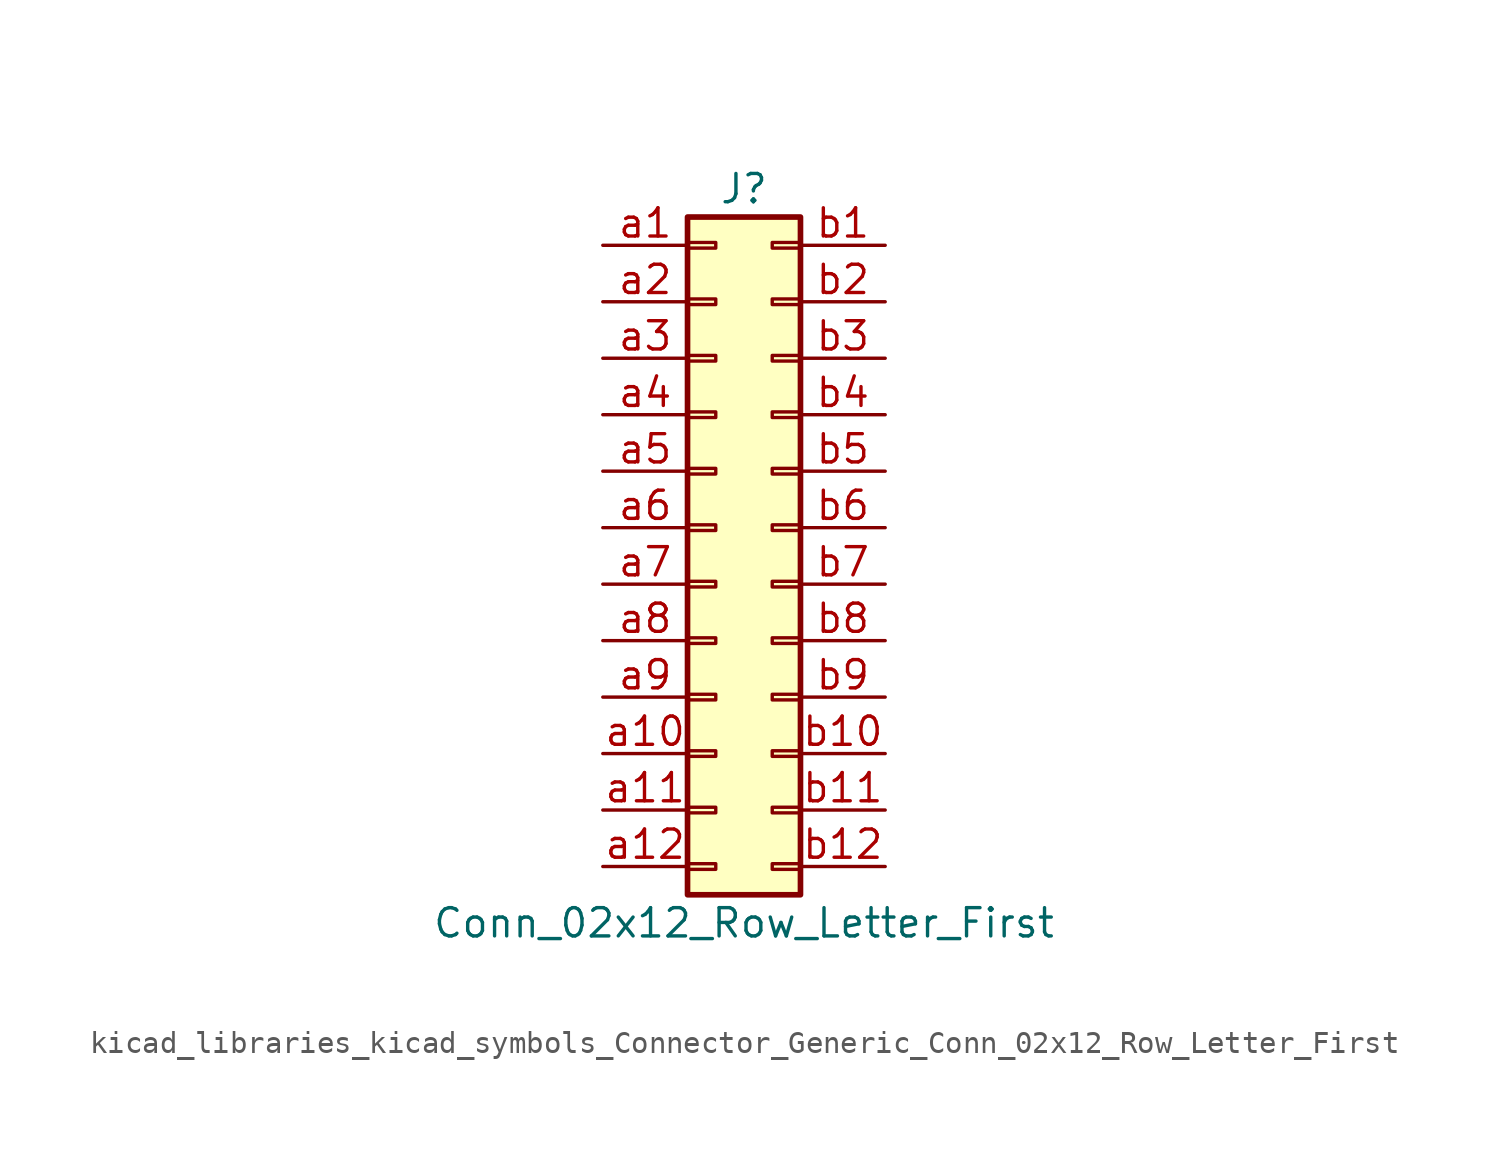
<source format=kicad_sym>
(kicad_symbol_lib
  (version 20220914)
  (generator kicad_symbol_editor)
  (symbol "kicad_libraries_kicad_symbols_Connector_Generic_Conn_02x12_Row_Letter_First"
    (pin_names
      (offset 1.016) hide)
    (property "Reference" "J"
      (at 1.27 15.24 0)
      (effects (font (size 1.27 1.27))))
    (property "Value" "Conn_02x12_Row_Letter_First"
      (at 1.27 -17.78 0)
      (effects (font (size 1.27 1.27))))
    (symbol "kicad_libraries_kicad_symbols_Connector_Generic_Conn_02x12_Row_Letter_First_1_1"
      (rectangle (start -1.27 -15.113) (end 0 -15.367) (stroke (width 0.152) (type default)) (fill (type none)))
      (rectangle (start -1.27 -12.573) (end 0 -12.827) (stroke (width 0.152) (type default)) (fill (type none)))
      (rectangle (start -1.27 -10.033) (end 0 -10.287) (stroke (width 0.152) (type default)) (fill (type none)))
      (rectangle (start -1.27 -7.493) (end 0 -7.747) (stroke (width 0.152) (type default)) (fill (type none)))
      (rectangle (start -1.27 -4.953) (end 0 -5.207) (stroke (width 0.152) (type default)) (fill (type none)))
      (rectangle (start -1.27 -2.413) (end 0 -2.667) (stroke (width 0.152) (type default)) (fill (type none)))
      (rectangle (start -1.27 0.127) (end 0 -0.127) (stroke (width 0.152) (type default)) (fill (type none)))
      (rectangle (start -1.27 2.667) (end 0 2.413) (stroke (width 0.152) (type default)) (fill (type none)))
      (rectangle (start -1.27 5.207) (end 0 4.953) (stroke (width 0.152) (type default)) (fill (type none)))
      (rectangle (start -1.27 7.747) (end 0 7.493) (stroke (width 0.152) (type default)) (fill (type none)))
      (rectangle (start -1.27 10.287) (end 0 10.033) (stroke (width 0.152) (type default)) (fill (type none)))
      (rectangle (start -1.27 12.827) (end 0 12.573) (stroke (width 0.152) (type default)) (fill (type none)))
      (rectangle (start -1.27 13.97) (end 3.81 -16.51) (stroke (width 0.254) (type default)) (fill (type background)))
      (rectangle (start 3.81 -15.113) (end 2.54 -15.367) (stroke (width 0.152) (type default)) (fill (type none)))
      (rectangle (start 3.81 -12.573) (end 2.54 -12.827) (stroke (width 0.152) (type default)) (fill (type none)))
      (rectangle (start 3.81 -10.033) (end 2.54 -10.287) (stroke (width 0.152) (type default)) (fill (type none)))
      (rectangle (start 3.81 -7.493) (end 2.54 -7.747) (stroke (width 0.152) (type default)) (fill (type none)))
      (rectangle (start 3.81 -4.953) (end 2.54 -5.207) (stroke (width 0.152) (type default)) (fill (type none)))
      (rectangle (start 3.81 -2.413) (end 2.54 -2.667) (stroke (width 0.152) (type default)) (fill (type none)))
      (rectangle (start 3.81 0.127) (end 2.54 -0.127) (stroke (width 0.152) (type default)) (fill (type none)))
      (rectangle (start 3.81 2.667) (end 2.54 2.413) (stroke (width 0.152) (type default)) (fill (type none)))
      (rectangle (start 3.81 5.207) (end 2.54 4.953) (stroke (width 0.152) (type default)) (fill (type none)))
      (rectangle (start 3.81 7.747) (end 2.54 7.493) (stroke (width 0.152) (type default)) (fill (type none)))
      (rectangle (start 3.81 10.287) (end 2.54 10.033) (stroke (width 0.152) (type default)) (fill (type none)))
      (rectangle (start 3.81 12.827) (end 2.54 12.573) (stroke (width 0.152) (type default)) (fill (type none)))
      (pin passive line (at -5.08 12.7 0) (length 3.81) (name "Pin_a1" (effects (font (size 1.27 1.27)))) (number "a1" (effects (font (size 1.27 1.27)))))
      (pin passive line (at -5.08 -10.16 0) (length 3.81) (name "Pin_a10" (effects (font (size 1.27 1.27)))) (number "a10" (effects (font (size 1.27 1.27)))))
      (pin passive line (at -5.08 -12.7 0) (length 3.81) (name "Pin_a11" (effects (font (size 1.27 1.27)))) (number "a11" (effects (font (size 1.27 1.27)))))
      (pin passive line (at -5.08 -15.24 0) (length 3.81) (name "Pin_a12" (effects (font (size 1.27 1.27)))) (number "a12" (effects (font (size 1.27 1.27)))))
      (pin passive line (at -5.08 10.16 0) (length 3.81) (name "Pin_a2" (effects (font (size 1.27 1.27)))) (number "a2" (effects (font (size 1.27 1.27)))))
      (pin passive line (at -5.08 7.62 0) (length 3.81) (name "Pin_a3" (effects (font (size 1.27 1.27)))) (number "a3" (effects (font (size 1.27 1.27)))))
      (pin passive line (at -5.08 5.08 0) (length 3.81) (name "Pin_a4" (effects (font (size 1.27 1.27)))) (number "a4" (effects (font (size 1.27 1.27)))))
      (pin passive line (at -5.08 2.54 0) (length 3.81) (name "Pin_a5" (effects (font (size 1.27 1.27)))) (number "a5" (effects (font (size 1.27 1.27)))))
      (pin passive line (at -5.08 0 0) (length 3.81) (name "Pin_a6" (effects (font (size 1.27 1.27)))) (number "a6" (effects (font (size 1.27 1.27)))))
      (pin passive line (at -5.08 -2.54 0) (length 3.81) (name "Pin_a7" (effects (font (size 1.27 1.27)))) (number "a7" (effects (font (size 1.27 1.27)))))
      (pin passive line (at -5.08 -5.08 0) (length 3.81) (name "Pin_a8" (effects (font (size 1.27 1.27)))) (number "a8" (effects (font (size 1.27 1.27)))))
      (pin passive line (at -5.08 -7.62 0) (length 3.81) (name "Pin_a9" (effects (font (size 1.27 1.27)))) (number "a9" (effects (font (size 1.27 1.27)))))
      (pin passive line (at 7.62 12.7 180) (length 3.81) (name "Pin_b1" (effects (font (size 1.27 1.27)))) (number "b1" (effects (font (size 1.27 1.27)))))
      (pin passive line (at 7.62 -10.16 180) (length 3.81) (name "Pin_b10" (effects (font (size 1.27 1.27)))) (number "b10" (effects (font (size 1.27 1.27)))))
      (pin passive line (at 7.62 -12.7 180) (length 3.81) (name "Pin_b11" (effects (font (size 1.27 1.27)))) (number "b11" (effects (font (size 1.27 1.27)))))
      (pin passive line (at 7.62 -15.24 180) (length 3.81) (name "Pin_b12" (effects (font (size 1.27 1.27)))) (number "b12" (effects (font (size 1.27 1.27)))))
      (pin passive line (at 7.62 10.16 180) (length 3.81) (name "Pin_b2" (effects (font (size 1.27 1.27)))) (number "b2" (effects (font (size 1.27 1.27)))))
      (pin passive line (at 7.62 7.62 180) (length 3.81) (name "Pin_b3" (effects (font (size 1.27 1.27)))) (number "b3" (effects (font (size 1.27 1.27)))))
      (pin passive line (at 7.62 5.08 180) (length 3.81) (name "Pin_b4" (effects (font (size 1.27 1.27)))) (number "b4" (effects (font (size 1.27 1.27)))))
      (pin passive line (at 7.62 2.54 180) (length 3.81) (name "Pin_b5" (effects (font (size 1.27 1.27)))) (number "b5" (effects (font (size 1.27 1.27)))))
      (pin passive line (at 7.62 0 180) (length 3.81) (name "Pin_b6" (effects (font (size 1.27 1.27)))) (number "b6" (effects (font (size 1.27 1.27)))))
      (pin passive line (at 7.62 -2.54 180) (length 3.81) (name "Pin_b7" (effects (font (size 1.27 1.27)))) (number "b7" (effects (font (size 1.27 1.27)))))
      (pin passive line (at 7.62 -5.08 180) (length 3.81) (name "Pin_b8" (effects (font (size 1.27 1.27)))) (number "b8" (effects (font (size 1.27 1.27)))))
      (pin passive line (at 7.62 -7.62 180) (length 3.81) (name "Pin_b9" (effects (font (size 1.27 1.27)))) (number "b9" (effects (font (size 1.27 1.27))))))))
</source>
